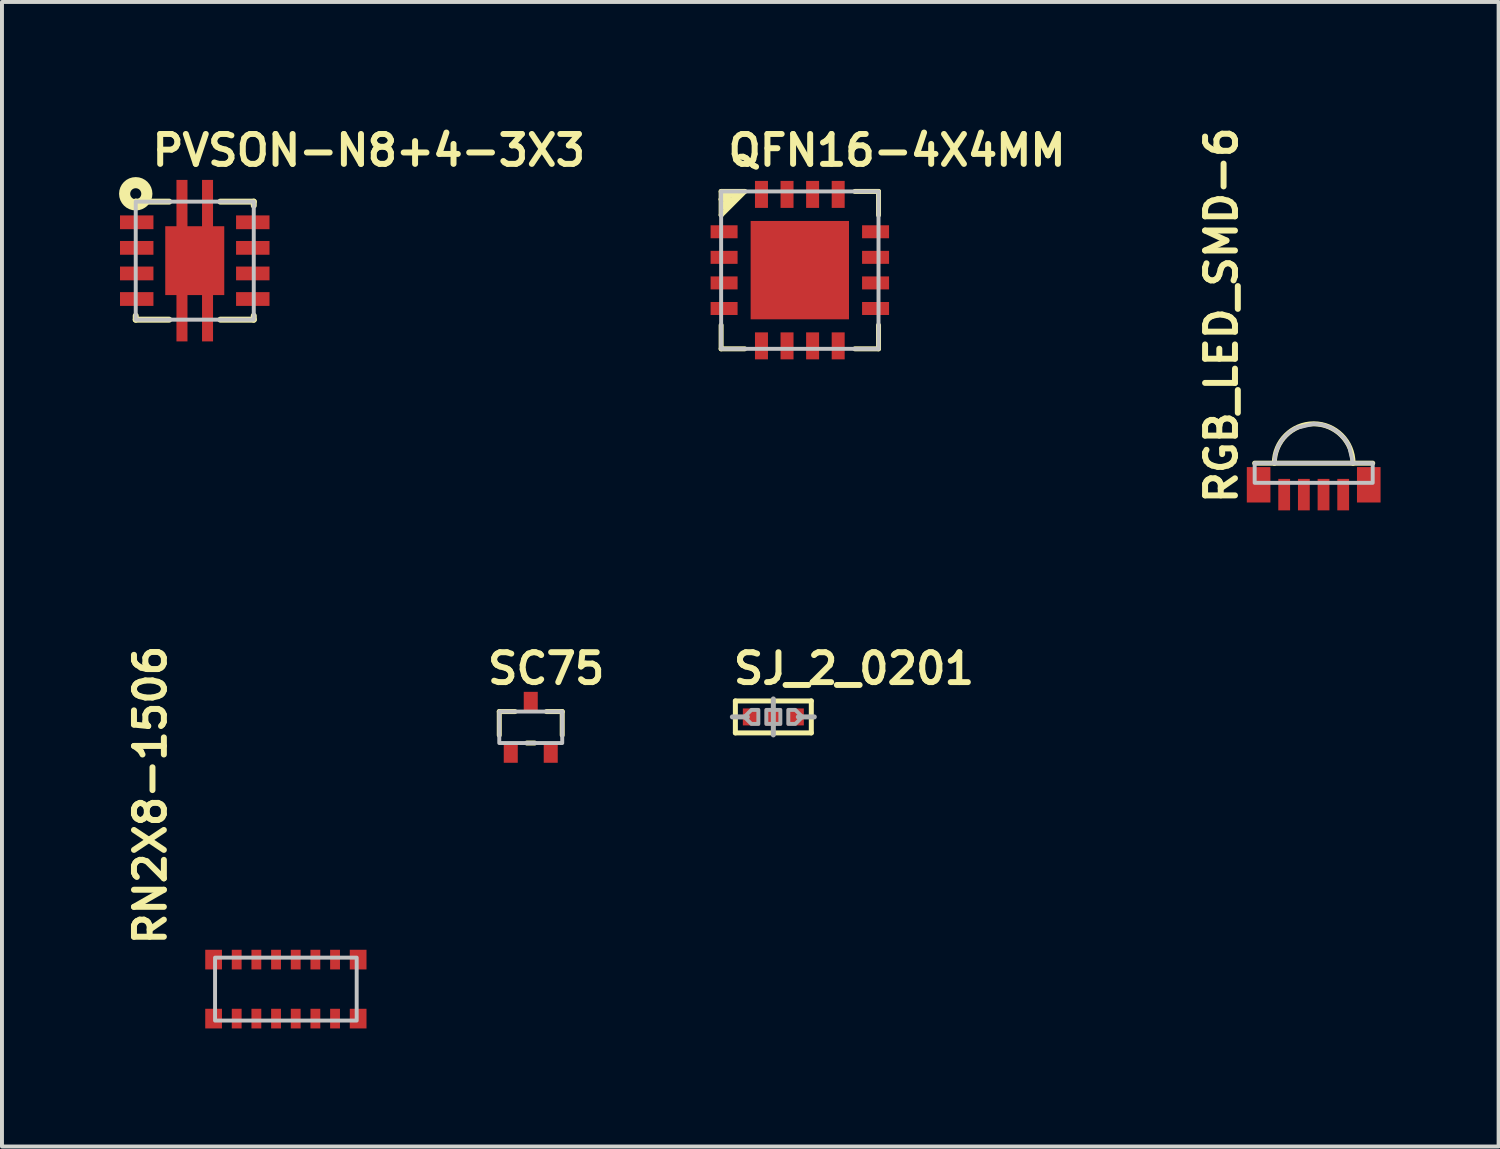
<source format=kicad_pcb>
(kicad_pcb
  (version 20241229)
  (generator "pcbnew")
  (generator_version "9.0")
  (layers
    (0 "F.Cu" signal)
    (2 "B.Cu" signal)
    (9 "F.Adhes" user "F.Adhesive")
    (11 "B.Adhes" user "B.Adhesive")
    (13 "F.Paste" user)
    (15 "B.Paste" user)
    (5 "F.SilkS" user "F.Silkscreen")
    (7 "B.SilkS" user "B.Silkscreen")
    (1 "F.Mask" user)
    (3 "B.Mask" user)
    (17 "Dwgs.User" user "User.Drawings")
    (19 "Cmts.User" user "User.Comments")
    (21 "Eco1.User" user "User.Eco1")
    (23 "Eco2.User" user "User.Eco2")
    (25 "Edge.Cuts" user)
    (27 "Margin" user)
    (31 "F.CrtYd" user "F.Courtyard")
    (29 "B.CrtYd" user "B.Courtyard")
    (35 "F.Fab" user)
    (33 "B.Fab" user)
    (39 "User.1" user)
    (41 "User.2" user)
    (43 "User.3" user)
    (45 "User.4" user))
  (footprint "RGB_LED_SMD-6"
    (layer "F.Cu")
    (at 30.34 9.922)
    (property "Reference" "RGB_LED_SMD-6" (at -1.9 -0.1 90) (layer "F.SilkS") (effects (font (size 0.76 0.76) (thickness 0.152)) (justify left bottom)))
    (attr through_hole)
    (fp_line (start -1 -1.2) (end -1.5 -1.2) (stroke (width 0.127) (type solid)) (layer "F.SilkS"))
    (fp_line (start -1 -1.2) (end 1 -1.2) (stroke (width 0.127) (type solid)) (layer "F.SilkS"))
    (fp_line (start 1 -1.2) (end 1.5 -1.2) (stroke (width 0.127) (type solid)) (layer "F.SilkS"))
    (fp_arc (start -1 -1.2) (mid 0 -2.2) (end 1 -1.2) (stroke (width 0.127) (type solid)) (layer "F.SilkS"))
    (fp_poly (pts (xy -1.5 -0.7) (xy 1.5 -0.7) (xy 1.5 -1.2) (xy -1.5 -1.2)) (stroke (width 0.1) (type solid)) (fill no) (layer "Dwgs.User"))
    (fp_poly (pts (xy -1 -1.2) (xy -0.975 -1.423) (xy -0.901 -1.634) (xy -0.782 -1.823) (xy -0.623 -1.982) (xy -0.434 -2.101) (xy 0 -2.2) (xy 0.223 -2.175) (xy 0.434 -2.101) (xy 0.623 -1.982) (xy 0.782 -1.823) (xy 0.901 -1.634) (xy 1 -1.2)) (stroke (width 0.1) (type solid)) (fill no) (layer "Dwgs.User"))
    (pad "1" smd rect (at 1.4 -0.65) (size 0.6 0.9) (layers "F.Cu" "F.Mask" "F.Paste"))
    (pad "2" smd rect (at 0.75 -0.4) (size 0.3 0.8) (layers "F.Cu" "F.Mask" "F.Paste"))
    (pad "3" smd rect (at 0.25 -0.4) (size 0.3 0.8) (layers "F.Cu" "F.Mask" "F.Paste"))
    (pad "4" smd rect (at -0.25 -0.4) (size 0.3 0.8) (layers "F.Cu" "F.Mask" "F.Paste"))
    (pad "5" smd rect (at -0.75 -0.4) (size 0.3 0.8) (layers "F.Cu" "F.Mask" "F.Paste"))
    (pad "6" smd rect (at -1.4 -0.65) (size 0.6 0.9) (layers "F.Cu" "F.Mask" "F.Paste")))
  (footprint "SJ_2_0201"
    (layer "F.Cu")
    (at 16.606 15.172)
    (property "Reference" "SJ_2_0201" (at -1.092 -0.784 180) (layer "F.SilkS") (effects (font (size 0.76 0.76) (thickness 0.152)) (justify left bottom)))
    (attr through_hole)
    (fp_line (start -0.965 -0.406) (end 0.965 -0.406) (stroke (width 0.127) (type solid)) (layer "F.SilkS"))
    (fp_line (start -0.965 0.406) (end -0.965 -0.406) (stroke (width 0.127) (type solid)) (layer "F.SilkS"))
    (fp_line (start 0.965 -0.406) (end 0.965 0.406) (stroke (width 0.127) (type solid)) (layer "F.SilkS"))
    (fp_line (start 0.965 0.406) (end -0.965 0.406) (stroke (width 0.127) (type solid)) (layer "F.SilkS"))
    (fp_line (start -0.66 0) (end -1.041 0) (stroke (width 0.127) (type solid)) (layer "F.Fab"))
    (fp_line (start 0 -0.457) (end 0 0.457) (stroke (width 0.127) (type solid)) (layer "F.Fab"))
    (fp_line (start 0.635 0) (end 1.041 0) (stroke (width 0.127) (type solid)) (layer "F.Fab"))
    (fp_poly (pts (xy -0.178 0.178) (xy 0.178 0.178) (xy 0.178 -0.178) (xy -0.178 -0.178)) (stroke (width 0.1) (type solid)) (fill no) (layer "F.Fab"))
    (fp_poly (pts (xy -0.381 0.178) (xy -0.559 0.178) (xy -0.737 0) (xy -0.559 -0.178) (xy -0.381 -0.178)) (stroke (width 0.1) (type solid)) (fill no) (layer "F.Fab"))
    (fp_poly (pts (xy 0.381 -0.178) (xy 0.559 -0.178) (xy 0.737 0) (xy 0.559 0.178) (xy 0.381 0.178)) (stroke (width 0.1) (type solid)) (fill no) (layer "F.Fab"))
    (pad "1" smd rect (at -0.559 0) (size 0.432 0.432) (layers "F.Cu" "F.Mask" "F.Paste"))
    (pad "2" smd rect (at 0.559 0) (size 0.432 0.432) (layers "F.Cu" "F.Mask" "F.Paste"))
    (pad "COM" smd rect (at 0 0) (size 0.432 0.432) (layers "F.Cu" "F.Mask" "F.Paste")))
  (footprint "RN2X8-1506"
    (layer "F.Cu")
    (at 4.216 22.09)
    (property "Reference" "RN2X8-1506" (at -3 -1.05 270) (layer "F.SilkS") (effects (font (size 0.76 0.76) (thickness 0.152)) (justify left bottom)))
    (attr through_hole)
    (fp_poly (pts (xy -1.8 0.8) (xy 1.8 0.8) (xy 1.8 -0.8) (xy -1.8 -0.8)) (stroke (width 0.1) (type solid)) (fill no) (layer "Dwgs.User"))
    (pad "1" smd rect (at -1.837 0.75) (size 0.425 0.5) (layers "F.Cu" "F.Mask" "F.Paste"))
    (pad "2" smd rect (at -1.25 0.75) (size 0.25 0.5) (layers "F.Cu" "F.Mask" "F.Paste"))
    (pad "3" smd rect (at -0.75 0.75) (size 0.25 0.5) (layers "F.Cu" "F.Mask" "F.Paste"))
    (pad "4" smd rect (at -0.25 0.75) (size 0.25 0.5) (layers "F.Cu" "F.Mask" "F.Paste"))
    (pad "5" smd rect (at 0.25 0.75) (size 0.25 0.5) (layers "F.Cu" "F.Mask" "F.Paste"))
    (pad "6" smd rect (at 0.75 0.75) (size 0.25 0.5) (layers "F.Cu" "F.Mask" "F.Paste"))
    (pad "7" smd rect (at 1.25 0.75) (size 0.25 0.5) (layers "F.Cu" "F.Mask" "F.Paste"))
    (pad "8" smd rect (at 1.837 0.75) (size 0.425 0.5) (layers "F.Cu" "F.Mask" "F.Paste"))
    (pad "C1" smd rect (at -1.837 -0.75 180) (size 0.425 0.5) (layers "F.Cu" "F.Mask" "F.Paste"))
    (pad "C2" smd rect (at -1.25 -0.75 180) (size 0.25 0.5) (layers "F.Cu" "F.Mask" "F.Paste"))
    (pad "C3" smd rect (at -0.75 -0.75 180) (size 0.25 0.5) (layers "F.Cu" "F.Mask" "F.Paste"))
    (pad "C4" smd rect (at -0.25 -0.75 180) (size 0.25 0.5) (layers "F.Cu" "F.Mask" "F.Paste"))
    (pad "C5" smd rect (at 0.25 -0.75 180) (size 0.25 0.5) (layers "F.Cu" "F.Mask" "F.Paste"))
    (pad "C6" smd rect (at 0.75 -0.75 180) (size 0.25 0.5) (layers "F.Cu" "F.Mask" "F.Paste"))
    (pad "C7" smd rect (at 1.25 -0.75 180) (size 0.25 0.5) (layers "F.Cu" "F.Mask" "F.Paste"))
    (pad "C8" smd rect (at 1.837 -0.75 180) (size 0.425 0.5) (layers "F.Cu" "F.Mask" "F.Paste")))
  (footprint "QFN16-4X4MM"
    (layer "F.Cu")
    (at 17.279 3.816)
    (property "Reference" "QFN16-4X4MM" (at -1.9 -2.6 0) (layer "F.SilkS") (effects (font (size 0.76 0.76) (thickness 0.152)) (justify left bottom)))
    (attr through_hole)
    (fp_line (start -2 -2) (end -1.4 -2) (stroke (width 0.127) (type solid)) (layer "F.SilkS"))
    (fp_line (start -2 -1.8) (end -2 -2) (stroke (width 0.127) (type solid)) (layer "F.SilkS"))
    (fp_line (start -2 -1.8) (end -1.9 -1.9) (stroke (width 0.127) (type solid)) (layer "F.SilkS"))
    (fp_line (start -2 -1.4) (end -2 -1.8) (stroke (width 0.127) (type solid)) (layer "F.SilkS"))
    (fp_line (start -2 1.4) (end -2 2) (stroke (width 0.127) (type solid)) (layer "F.SilkS"))
    (fp_line (start -2 2) (end -1.4 2) (stroke (width 0.127) (type solid)) (layer "F.SilkS"))
    (fp_line (start -1.9 -1.9) (end -1.6 -1.9) (stroke (width 0.127) (type solid)) (layer "F.SilkS"))
    (fp_line (start -1.9 -1.7) (end -1.8 -1.8) (stroke (width 0.127) (type solid)) (layer "F.SilkS"))
    (fp_line (start -1.9 -1.6) (end -1.9 -1.7) (stroke (width 0.127) (type solid)) (layer "F.SilkS"))
    (fp_line (start -1.8 -1.8) (end -1.9 -1.8) (stroke (width 0.127) (type solid)) (layer "F.SilkS"))
    (fp_line (start -1.6 -1.9) (end -1.9 -1.6) (stroke (width 0.127) (type solid)) (layer "F.SilkS"))
    (fp_line (start -1.4 -2) (end -2 -1.4) (stroke (width 0.127) (type solid)) (layer "F.SilkS"))
    (fp_line (start 1.4 -2) (end 2 -2) (stroke (width 0.127) (type solid)) (layer "F.SilkS"))
    (fp_line (start 1.4 2) (end 2 2) (stroke (width 0.127) (type solid)) (layer "F.SilkS"))
    (fp_line (start 2 -2) (end 2 -1.4) (stroke (width 0.127) (type solid)) (layer "F.SilkS"))
    (fp_line (start 2 2) (end 2 1.4) (stroke (width 0.127) (type solid)) (layer "F.SilkS"))
    (fp_poly (pts (xy -2 2) (xy 2 2) (xy 2 -2) (xy -2 -2)) (stroke (width 0.1) (type solid)) (fill no) (layer "Dwgs.User"))
    (pad "1" smd rect (at -1.925 -0.975) (size 0.686 0.33) (layers "F.Cu" "F.Mask" "F.Paste"))
    (pad "2" smd rect (at -1.925 -0.325) (size 0.686 0.33) (layers "F.Cu" "F.Mask" "F.Paste"))
    (pad "3" smd rect (at -1.925 0.325) (size 0.686 0.33) (layers "F.Cu" "F.Mask" "F.Paste"))
    (pad "4" smd rect (at -1.925 0.975) (size 0.686 0.33) (layers "F.Cu" "F.Mask" "F.Paste"))
    (pad "5" smd rect (at -0.975 1.925 90) (size 0.686 0.33) (layers "F.Cu" "F.Mask" "F.Paste"))
    (pad "6" smd rect (at -0.325 1.925 90) (size 0.686 0.33) (layers "F.Cu" "F.Mask" "F.Paste"))
    (pad "7" smd rect (at 0.325 1.925 90) (size 0.686 0.33) (layers "F.Cu" "F.Mask" "F.Paste"))
    (pad "8" smd rect (at 0.975 1.925 90) (size 0.686 0.33) (layers "F.Cu" "F.Mask" "F.Paste"))
    (pad "9" smd rect (at 1.925 0.975 180) (size 0.686 0.33) (layers "F.Cu" "F.Mask" "F.Paste"))
    (pad "10" smd rect (at 1.925 0.325 180) (size 0.686 0.33) (layers "F.Cu" "F.Mask" "F.Paste"))
    (pad "11" smd rect (at 1.925 -0.325 180) (size 0.686 0.33) (layers "F.Cu" "F.Mask" "F.Paste"))
    (pad "12" smd rect (at 1.925 -0.975 180) (size 0.686 0.33) (layers "F.Cu" "F.Mask" "F.Paste"))
    (pad "13" smd rect (at 0.975 -1.925 270) (size 0.686 0.33) (layers "F.Cu" "F.Mask" "F.Paste"))
    (pad "14" smd rect (at 0.325 -1.925 270) (size 0.686 0.33) (layers "F.Cu" "F.Mask" "F.Paste"))
    (pad "15" smd rect (at -0.325 -1.925 270) (size 0.686 0.33) (layers "F.Cu" "F.Mask" "F.Paste"))
    (pad "16" smd rect (at -0.975 -1.925 270) (size 0.686 0.33) (layers "F.Cu" "F.Mask" "F.Paste"))
    (pad "PAD" smd rect (at 0 0) (size 2.5 2.5) (layers "F.Cu" "F.Mask" "F.Paste")))
  (footprint "PVSON-N8+4-3X3"
    (layer "F.Cu")
    (at 1.9 3.575)
    (property "Reference" "PVSON-N8+4-3X3" (at -1.159 -2.359 180) (layer "F.SilkS") (effects (font (size 0.76 0.76) (thickness 0.152)) (justify left bottom)))
    (attr through_hole)
    (fp_line (start -1.5 -1.5) (end -1.5 -1.4) (stroke (width 0.152) (type solid)) (layer "F.SilkS"))
    (fp_line (start -1.5 1.5) (end -1.5 1.4) (stroke (width 0.152) (type solid)) (layer "F.SilkS"))
    (fp_line (start -0.65 -1.5) (end -1.5 -1.5) (stroke (width 0.152) (type solid)) (layer "F.SilkS"))
    (fp_line (start -0.65 1.5) (end -1.5 1.5) (stroke (width 0.152) (type solid)) (layer "F.SilkS"))
    (fp_line (start 0.65 -1.5) (end 1.5 -1.5) (stroke (width 0.152) (type solid)) (layer "F.SilkS"))
    (fp_line (start 0.65 1.5) (end 1.5 1.5) (stroke (width 0.152) (type solid)) (layer "F.SilkS"))
    (fp_line (start 1.5 -1.5) (end 1.5 -1.4) (stroke (width 0.152) (type solid)) (layer "F.SilkS"))
    (fp_line (start 1.5 1.5) (end 1.5 1.4) (stroke (width 0.152) (type solid)) (layer "F.SilkS"))
    (fp_circle (center -1.5 -1.7) (end -1.359 -1.7) (stroke (width 0.283) (type solid)) (fill no) (layer "F.SilkS"))
    (fp_poly (pts (xy -1.5 1.5) (xy 1.5 1.5) (xy 1.5 -1.5) (xy -1.5 -1.5)) (stroke (width 0.1) (type solid)) (fill no) (layer "Dwgs.User"))
    (pad "1" smd rect (at -1.475 -0.975) (size 0.85 0.35) (layers "F.Cu" "F.Mask" "F.Paste"))
    (pad "2" smd rect (at -1.475 -0.325) (size 0.85 0.35) (layers "F.Cu" "F.Mask" "F.Paste"))
    (pad "3" smd rect (at -1.475 0.325) (size 0.85 0.35) (layers "F.Cu" "F.Mask" "F.Paste"))
    (pad "4" smd rect (at -1.475 0.975) (size 0.85 0.35) (layers "F.Cu" "F.Mask" "F.Paste"))
    (pad "5" smd rect (at 1.475 0.975 180) (size 0.85 0.35) (layers "F.Cu" "F.Mask" "F.Paste"))
    (pad "6" smd rect (at 1.475 0.325 180) (size 0.85 0.35) (layers "F.Cu" "F.Mask" "F.Paste"))
    (pad "7" smd rect (at 1.475 -0.325 180) (size 0.85 0.35) (layers "F.Cu" "F.Mask" "F.Paste"))
    (pad "8" smd rect (at 1.475 -0.975 180) (size 0.85 0.35) (layers "F.Cu" "F.Mask" "F.Paste"))
    (pad "PAD1" smd rect (at 0 0) (size 1.5 1.75) (layers "F.Cu" "F.Mask" "F.Paste"))
    (pad "PAD2" smd rect (at -0.325 1.45 90) (size 1.205 0.28) (layers "F.Cu" "F.Mask" "F.Paste"))
    (pad "PAD3" smd rect (at -0.325 -1.45 270) (size 1.205 0.28) (layers "F.Cu" "F.Mask" "F.Paste"))
    (pad "PAD4" smd rect (at 0.325 -1.45 270) (size 1.205 0.28) (layers "F.Cu" "F.Mask" "F.Paste"))
    (pad "PAD5" smd rect (at 0.325 1.45 90) (size 1.205 0.28) (layers "F.Cu" "F.Mask" "F.Paste")))
  (footprint "SC75"
    (layer "F.Cu")
    (at 10.44 15.436)
    (property "Reference" "SC75" (at -1.174 -1.048 0) (layer "F.SilkS") (effects (font (size 0.76 0.76) (thickness 0.152)) (justify left bottom)))
    (attr through_hole)
    (fp_line (start -0.8 -0.4) (end -0.4 -0.4) (stroke (width 0.127) (type solid)) (layer "F.SilkS"))
    (fp_line (start -0.8 0.2) (end -0.8 -0.4) (stroke (width 0.127) (type solid)) (layer "F.SilkS"))
    (fp_line (start -0.1 0.4) (end 0.1 0.4) (stroke (width 0.127) (type solid)) (layer "F.SilkS"))
    (fp_line (start 0.4 -0.4) (end 0.8 -0.4) (stroke (width 0.127) (type solid)) (layer "F.SilkS"))
    (fp_line (start 0.8 -0.4) (end 0.8 0.2) (stroke (width 0.127) (type solid)) (layer "F.SilkS"))
    (fp_poly (pts (xy -0.8 0.4) (xy 0.8 0.4) (xy 0.8 -0.4) (xy -0.8 -0.4)) (stroke (width 0.1) (type solid)) (fill no) (layer "Dwgs.User"))
    (pad "1" smd rect (at -0.508 0.65 180) (size 0.356 0.503) (layers "F.Cu" "F.Mask" "F.Paste"))
    (pad "2" smd rect (at 0.508 0.65 180) (size 0.356 0.503) (layers "F.Cu" "F.Mask" "F.Paste"))
    (pad "3" smd rect (at 0 -0.65 180) (size 0.356 0.503) (layers "F.Cu" "F.Mask" "F.Paste")))
  (gr_rect
    (start -3 -3)
    (end 35.04 26.09)
    (stroke (width 0.1) (type default))
    (fill no)
    (layer "Edge.Cuts")))
</source>
